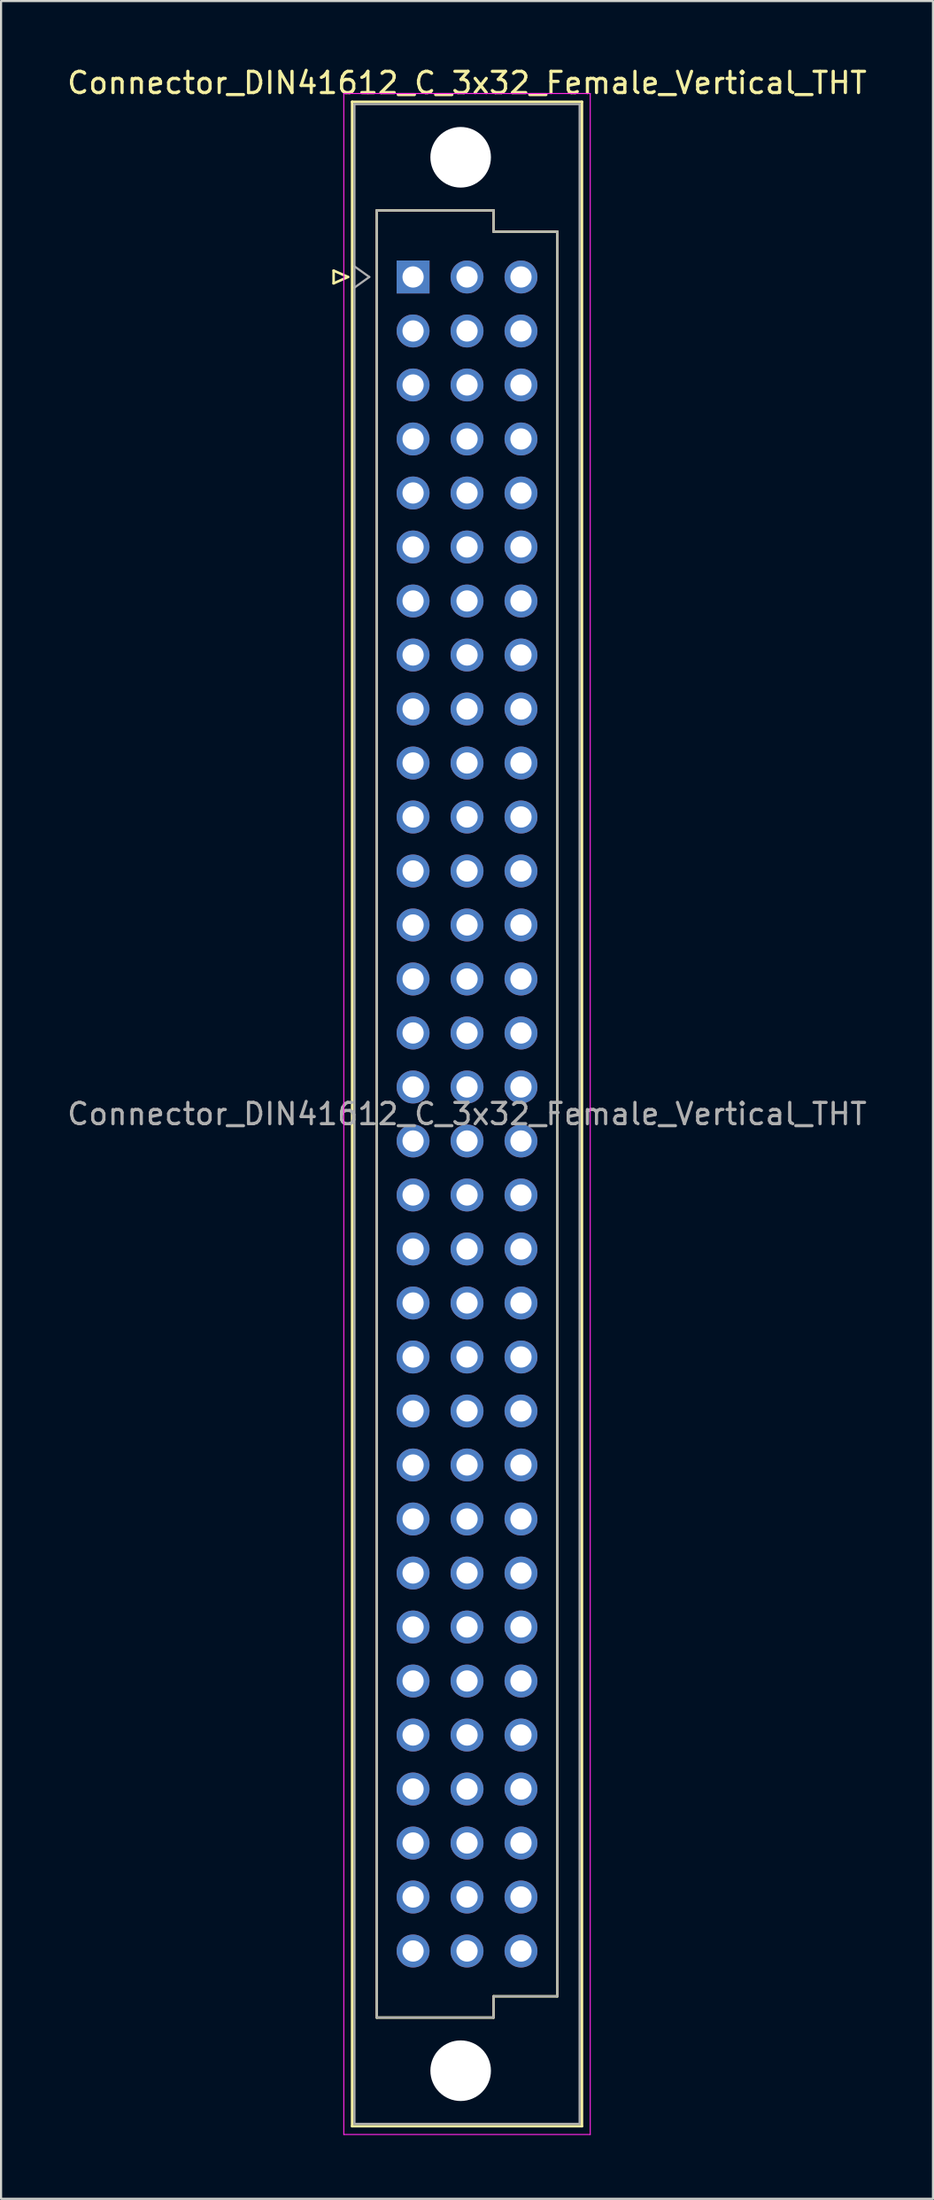
<source format=kicad_pcb>
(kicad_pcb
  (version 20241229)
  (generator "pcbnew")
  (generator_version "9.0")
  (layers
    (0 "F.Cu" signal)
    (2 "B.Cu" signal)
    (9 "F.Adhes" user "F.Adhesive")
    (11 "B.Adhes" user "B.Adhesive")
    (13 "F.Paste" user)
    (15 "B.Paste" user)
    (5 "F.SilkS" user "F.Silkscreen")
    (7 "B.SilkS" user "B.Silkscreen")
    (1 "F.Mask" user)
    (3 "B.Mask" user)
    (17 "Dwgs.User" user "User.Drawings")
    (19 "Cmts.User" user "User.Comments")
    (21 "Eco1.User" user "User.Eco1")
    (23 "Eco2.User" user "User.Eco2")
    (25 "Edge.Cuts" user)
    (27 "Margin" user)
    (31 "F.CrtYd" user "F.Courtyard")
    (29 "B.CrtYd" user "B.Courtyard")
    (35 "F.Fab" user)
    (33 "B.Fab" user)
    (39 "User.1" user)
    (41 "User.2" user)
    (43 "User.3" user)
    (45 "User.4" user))
  (footprint "Connector_DIN41612_C_3x32_Female_Vertical_THT"
    (layer "F.Cu")
    (at 16.395 9.978)
    (property "Reference" "Connector_DIN41612_C_3x32_Female_Vertical_THT" (at 2.54 -9.13 0) (layer "F.SilkS") (effects (font (size 1 1) (thickness 0.15))))
    (attr through_hole)
    (fp_line (start -3.74 -0.3) (end -3.74 0.3) (stroke (width 0.12) (type solid)) (layer "F.SilkS"))
    (fp_line (start -3.74 0.3) (end -3.06 0) (stroke (width 0.12) (type solid)) (layer "F.SilkS"))
    (fp_line (start -3.06 0) (end -3.74 -0.3) (stroke (width 0.12) (type solid)) (layer "F.SilkS"))
    (fp_line (start -2.87 -8.24) (end 7.95 -8.24) (stroke (width 0.12) (type solid)) (layer "F.SilkS"))
    (fp_line (start -2.87 86.98) (end -2.87 -8.24) (stroke (width 0.12) (type solid)) (layer "F.SilkS"))
    (fp_line (start -1.71 -3.131) (end 3.79 -3.131) (stroke (width 0.12) (type solid)) (layer "F.SilkS"))
    (fp_line (start -1.71 81.87) (end -1.71 -3.131) (stroke (width 0.12) (type solid)) (layer "F.SilkS"))
    (fp_line (start 3.79 -3.131) (end 3.79 -2.131) (stroke (width 0.12) (type solid)) (layer "F.SilkS"))
    (fp_line (start 3.79 -2.131) (end 6.79 -2.131) (stroke (width 0.12) (type solid)) (layer "F.SilkS"))
    (fp_line (start 3.79 80.87) (end 3.79 81.87) (stroke (width 0.12) (type solid)) (layer "F.SilkS"))
    (fp_line (start 3.79 81.87) (end -1.71 81.87) (stroke (width 0.12) (type solid)) (layer "F.SilkS"))
    (fp_line (start 6.79 -2.131) (end 6.79 80.87) (stroke (width 0.12) (type solid)) (layer "F.SilkS"))
    (fp_line (start 6.79 80.87) (end 3.79 80.87) (stroke (width 0.12) (type solid)) (layer "F.SilkS"))
    (fp_line (start 7.95 -8.24) (end 7.95 86.98) (stroke (width 0.12) (type solid)) (layer "F.SilkS"))
    (fp_line (start 7.95 86.98) (end -2.87 86.98) (stroke (width 0.12) (type solid)) (layer "F.SilkS"))
    (fp_line (start -3.26 -8.63) (end 8.34 -8.63) (stroke (width 0.05) (type solid)) (layer "F.CrtYd"))
    (fp_line (start -3.26 87.37) (end -3.26 -8.63) (stroke (width 0.05) (type solid)) (layer "F.CrtYd"))
    (fp_line (start 8.34 -8.63) (end 8.34 87.37) (stroke (width 0.05) (type solid)) (layer "F.CrtYd"))
    (fp_line (start 8.34 87.37) (end -3.26 87.37) (stroke (width 0.05) (type solid)) (layer "F.CrtYd"))
    (fp_line (start -2.76 -8.13) (end 7.84 -8.13) (stroke (width 0.1) (type solid)) (layer "F.Fab"))
    (fp_line (start -2.76 -0.5) (end -2.06 0) (stroke (width 0.1) (type solid)) (layer "F.Fab"))
    (fp_line (start -2.76 86.87) (end -2.76 -8.13) (stroke (width 0.1) (type solid)) (layer "F.Fab"))
    (fp_line (start -2.06 0) (end -2.76 0.5) (stroke (width 0.1) (type solid)) (layer "F.Fab"))
    (fp_line (start -1.71 -3.13) (end 3.79 -3.13) (stroke (width 0.1) (type solid)) (layer "F.Fab"))
    (fp_line (start -1.71 81.87) (end -1.71 -3.13) (stroke (width 0.1) (type solid)) (layer "F.Fab"))
    (fp_line (start 3.79 -3.13) (end 3.79 -2.13) (stroke (width 0.1) (type solid)) (layer "F.Fab"))
    (fp_line (start 3.79 -2.13) (end 6.79 -2.13) (stroke (width 0.1) (type solid)) (layer "F.Fab"))
    (fp_line (start 3.79 80.87) (end 3.79 81.87) (stroke (width 0.1) (type solid)) (layer "F.Fab"))
    (fp_line (start 3.79 81.87) (end -1.71 81.87) (stroke (width 0.1) (type solid)) (layer "F.Fab"))
    (fp_line (start 6.79 -2.13) (end 6.79 80.87) (stroke (width 0.1) (type solid)) (layer "F.Fab"))
    (fp_line (start 6.79 80.87) (end 3.79 80.87) (stroke (width 0.1) (type solid)) (layer "F.Fab"))
    (fp_line (start 7.84 -8.13) (end 7.84 86.87) (stroke (width 0.1) (type solid)) (layer "F.Fab"))
    (fp_line (start 7.84 86.87) (end -2.76 86.87) (stroke (width 0.1) (type solid)) (layer "F.Fab"))
    (fp_text user "${REFERENCE}" (at 2.54 39.37 0) (layer "F.Fab") (effects (font (size 1 1) (thickness 0.15))))
    (pad "" np_thru_hole circle (at 2.24 -5.63) (size 2.85 2.85) (drill 2.85) (layers "*.Cu" "*.Mask"))
    (pad "" np_thru_hole circle (at 2.24 84.37) (size 2.85 2.85) (drill 2.85) (layers "*.Cu" "*.Mask"))
    (pad "a1" thru_hole rect (at 0 0) (size 1.55 1.55) (drill 1) (layers "*.Cu" "*.Mask"))
    (pad "a2" thru_hole circle (at 0 2.54) (size 1.55 1.55) (drill 1) (layers "*.Cu" "*.Mask"))
    (pad "a3" thru_hole circle (at 0 5.08) (size 1.55 1.55) (drill 1) (layers "*.Cu" "*.Mask"))
    (pad "a4" thru_hole circle (at 0 7.62) (size 1.55 1.55) (drill 1) (layers "*.Cu" "*.Mask"))
    (pad "a5" thru_hole circle (at 0 10.16) (size 1.55 1.55) (drill 1) (layers "*.Cu" "*.Mask"))
    (pad "a6" thru_hole circle (at 0 12.7) (size 1.55 1.55) (drill 1) (layers "*.Cu" "*.Mask"))
    (pad "a7" thru_hole circle (at 0 15.24) (size 1.55 1.55) (drill 1) (layers "*.Cu" "*.Mask"))
    (pad "a8" thru_hole circle (at 0 17.78) (size 1.55 1.55) (drill 1) (layers "*.Cu" "*.Mask"))
    (pad "a9" thru_hole circle (at 0 20.32) (size 1.55 1.55) (drill 1) (layers "*.Cu" "*.Mask"))
    (pad "a10" thru_hole circle (at 0 22.86) (size 1.55 1.55) (drill 1) (layers "*.Cu" "*.Mask"))
    (pad "a11" thru_hole circle (at 0 25.4) (size 1.55 1.55) (drill 1) (layers "*.Cu" "*.Mask"))
    (pad "a12" thru_hole circle (at 0 27.94) (size 1.55 1.55) (drill 1) (layers "*.Cu" "*.Mask"))
    (pad "a13" thru_hole circle (at 0 30.48) (size 1.55 1.55) (drill 1) (layers "*.Cu" "*.Mask"))
    (pad "a14" thru_hole circle (at 0 33.02) (size 1.55 1.55) (drill 1) (layers "*.Cu" "*.Mask"))
    (pad "a15" thru_hole circle (at 0 35.56) (size 1.55 1.55) (drill 1) (layers "*.Cu" "*.Mask"))
    (pad "a16" thru_hole circle (at 0 38.1) (size 1.55 1.55) (drill 1) (layers "*.Cu" "*.Mask"))
    (pad "a17" thru_hole circle (at 0 40.64) (size 1.55 1.55) (drill 1) (layers "*.Cu" "*.Mask"))
    (pad "a18" thru_hole circle (at 0 43.18) (size 1.55 1.55) (drill 1) (layers "*.Cu" "*.Mask"))
    (pad "a19" thru_hole circle (at 0 45.72) (size 1.55 1.55) (drill 1) (layers "*.Cu" "*.Mask"))
    (pad "a20" thru_hole circle (at 0 48.26) (size 1.55 1.55) (drill 1) (layers "*.Cu" "*.Mask"))
    (pad "a21" thru_hole circle (at 0 50.8) (size 1.55 1.55) (drill 1) (layers "*.Cu" "*.Mask"))
    (pad "a22" thru_hole circle (at 0 53.34) (size 1.55 1.55) (drill 1) (layers "*.Cu" "*.Mask"))
    (pad "a23" thru_hole circle (at 0 55.88) (size 1.55 1.55) (drill 1) (layers "*.Cu" "*.Mask"))
    (pad "a24" thru_hole circle (at 0 58.42) (size 1.55 1.55) (drill 1) (layers "*.Cu" "*.Mask"))
    (pad "a25" thru_hole circle (at 0 60.96) (size 1.55 1.55) (drill 1) (layers "*.Cu" "*.Mask"))
    (pad "a26" thru_hole circle (at 0 63.5) (size 1.55 1.55) (drill 1) (layers "*.Cu" "*.Mask"))
    (pad "a27" thru_hole circle (at 0 66.04) (size 1.55 1.55) (drill 1) (layers "*.Cu" "*.Mask"))
    (pad "a28" thru_hole circle (at 0 68.58) (size 1.55 1.55) (drill 1) (layers "*.Cu" "*.Mask"))
    (pad "a29" thru_hole circle (at 0 71.12) (size 1.55 1.55) (drill 1) (layers "*.Cu" "*.Mask"))
    (pad "a30" thru_hole circle (at 0 73.66) (size 1.55 1.55) (drill 1) (layers "*.Cu" "*.Mask"))
    (pad "a31" thru_hole circle (at 0 76.2) (size 1.55 1.55) (drill 1) (layers "*.Cu" "*.Mask"))
    (pad "a32" thru_hole circle (at 0 78.74) (size 1.55 1.55) (drill 1) (layers "*.Cu" "*.Mask"))
    (pad "b1" thru_hole circle (at 2.54 0) (size 1.55 1.55) (drill 1) (layers "*.Cu" "*.Mask"))
    (pad "b2" thru_hole circle (at 2.54 2.54) (size 1.55 1.55) (drill 1) (layers "*.Cu" "*.Mask"))
    (pad "b3" thru_hole circle (at 2.54 5.08) (size 1.55 1.55) (drill 1) (layers "*.Cu" "*.Mask"))
    (pad "b4" thru_hole circle (at 2.54 7.62) (size 1.55 1.55) (drill 1) (layers "*.Cu" "*.Mask"))
    (pad "b5" thru_hole circle (at 2.54 10.16) (size 1.55 1.55) (drill 1) (layers "*.Cu" "*.Mask"))
    (pad "b6" thru_hole circle (at 2.54 12.7) (size 1.55 1.55) (drill 1) (layers "*.Cu" "*.Mask"))
    (pad "b7" thru_hole circle (at 2.54 15.24) (size 1.55 1.55) (drill 1) (layers "*.Cu" "*.Mask"))
    (pad "b8" thru_hole circle (at 2.54 17.78) (size 1.55 1.55) (drill 1) (layers "*.Cu" "*.Mask"))
    (pad "b9" thru_hole circle (at 2.54 20.32) (size 1.55 1.55) (drill 1) (layers "*.Cu" "*.Mask"))
    (pad "b10" thru_hole circle (at 2.54 22.86) (size 1.55 1.55) (drill 1) (layers "*.Cu" "*.Mask"))
    (pad "b11" thru_hole circle (at 2.54 25.4) (size 1.55 1.55) (drill 1) (layers "*.Cu" "*.Mask"))
    (pad "b12" thru_hole circle (at 2.54 27.94) (size 1.55 1.55) (drill 1) (layers "*.Cu" "*.Mask"))
    (pad "b13" thru_hole circle (at 2.54 30.48) (size 1.55 1.55) (drill 1) (layers "*.Cu" "*.Mask"))
    (pad "b14" thru_hole circle (at 2.54 33.02) (size 1.55 1.55) (drill 1) (layers "*.Cu" "*.Mask"))
    (pad "b15" thru_hole circle (at 2.54 35.56) (size 1.55 1.55) (drill 1) (layers "*.Cu" "*.Mask"))
    (pad "b16" thru_hole circle (at 2.54 38.1) (size 1.55 1.55) (drill 1) (layers "*.Cu" "*.Mask"))
    (pad "b17" thru_hole circle (at 2.54 40.64) (size 1.55 1.55) (drill 1) (layers "*.Cu" "*.Mask"))
    (pad "b18" thru_hole circle (at 2.54 43.18) (size 1.55 1.55) (drill 1) (layers "*.Cu" "*.Mask"))
    (pad "b19" thru_hole circle (at 2.54 45.72) (size 1.55 1.55) (drill 1) (layers "*.Cu" "*.Mask"))
    (pad "b20" thru_hole circle (at 2.54 48.26) (size 1.55 1.55) (drill 1) (layers "*.Cu" "*.Mask"))
    (pad "b21" thru_hole circle (at 2.54 50.8) (size 1.55 1.55) (drill 1) (layers "*.Cu" "*.Mask"))
    (pad "b22" thru_hole circle (at 2.54 53.34) (size 1.55 1.55) (drill 1) (layers "*.Cu" "*.Mask"))
    (pad "b23" thru_hole circle (at 2.54 55.88) (size 1.55 1.55) (drill 1) (layers "*.Cu" "*.Mask"))
    (pad "b24" thru_hole circle (at 2.54 58.42) (size 1.55 1.55) (drill 1) (layers "*.Cu" "*.Mask"))
    (pad "b25" thru_hole circle (at 2.54 60.96) (size 1.55 1.55) (drill 1) (layers "*.Cu" "*.Mask"))
    (pad "b26" thru_hole circle (at 2.54 63.5) (size 1.55 1.55) (drill 1) (layers "*.Cu" "*.Mask"))
    (pad "b27" thru_hole circle (at 2.54 66.04) (size 1.55 1.55) (drill 1) (layers "*.Cu" "*.Mask"))
    (pad "b28" thru_hole circle (at 2.54 68.58) (size 1.55 1.55) (drill 1) (layers "*.Cu" "*.Mask"))
    (pad "b29" thru_hole circle (at 2.54 71.12) (size 1.55 1.55) (drill 1) (layers "*.Cu" "*.Mask"))
    (pad "b30" thru_hole circle (at 2.54 73.66) (size 1.55 1.55) (drill 1) (layers "*.Cu" "*.Mask"))
    (pad "b31" thru_hole circle (at 2.54 76.2) (size 1.55 1.55) (drill 1) (layers "*.Cu" "*.Mask"))
    (pad "b32" thru_hole circle (at 2.54 78.74) (size 1.55 1.55) (drill 1) (layers "*.Cu" "*.Mask"))
    (pad "c1" thru_hole circle (at 5.08 0) (size 1.55 1.55) (drill 1) (layers "*.Cu" "*.Mask"))
    (pad "c2" thru_hole circle (at 5.08 2.54) (size 1.55 1.55) (drill 1) (layers "*.Cu" "*.Mask"))
    (pad "c3" thru_hole circle (at 5.08 5.08) (size 1.55 1.55) (drill 1) (layers "*.Cu" "*.Mask"))
    (pad "c4" thru_hole circle (at 5.08 7.62) (size 1.55 1.55) (drill 1) (layers "*.Cu" "*.Mask"))
    (pad "c5" thru_hole circle (at 5.08 10.16) (size 1.55 1.55) (drill 1) (layers "*.Cu" "*.Mask"))
    (pad "c6" thru_hole circle (at 5.08 12.7) (size 1.55 1.55) (drill 1) (layers "*.Cu" "*.Mask"))
    (pad "c7" thru_hole circle (at 5.08 15.24) (size 1.55 1.55) (drill 1) (layers "*.Cu" "*.Mask"))
    (pad "c8" thru_hole circle (at 5.08 17.78) (size 1.55 1.55) (drill 1) (layers "*.Cu" "*.Mask"))
    (pad "c9" thru_hole circle (at 5.08 20.32) (size 1.55 1.55) (drill 1) (layers "*.Cu" "*.Mask"))
    (pad "c10" thru_hole circle (at 5.08 22.86) (size 1.55 1.55) (drill 1) (layers "*.Cu" "*.Mask"))
    (pad "c11" thru_hole circle (at 5.08 25.4) (size 1.55 1.55) (drill 1) (layers "*.Cu" "*.Mask"))
    (pad "c12" thru_hole circle (at 5.08 27.94) (size 1.55 1.55) (drill 1) (layers "*.Cu" "*.Mask"))
    (pad "c13" thru_hole circle (at 5.08 30.48) (size 1.55 1.55) (drill 1) (layers "*.Cu" "*.Mask"))
    (pad "c14" thru_hole circle (at 5.08 33.02) (size 1.55 1.55) (drill 1) (layers "*.Cu" "*.Mask"))
    (pad "c15" thru_hole circle (at 5.08 35.56) (size 1.55 1.55) (drill 1) (layers "*.Cu" "*.Mask"))
    (pad "c16" thru_hole circle (at 5.08 38.1) (size 1.55 1.55) (drill 1) (layers "*.Cu" "*.Mask"))
    (pad "c17" thru_hole circle (at 5.08 40.64) (size 1.55 1.55) (drill 1) (layers "*.Cu" "*.Mask"))
    (pad "c18" thru_hole circle (at 5.08 43.18) (size 1.55 1.55) (drill 1) (layers "*.Cu" "*.Mask"))
    (pad "c19" thru_hole circle (at 5.08 45.72) (size 1.55 1.55) (drill 1) (layers "*.Cu" "*.Mask"))
    (pad "c20" thru_hole circle (at 5.08 48.26) (size 1.55 1.55) (drill 1) (layers "*.Cu" "*.Mask"))
    (pad "c21" thru_hole circle (at 5.08 50.8) (size 1.55 1.55) (drill 1) (layers "*.Cu" "*.Mask"))
    (pad "c22" thru_hole circle (at 5.08 53.34) (size 1.55 1.55) (drill 1) (layers "*.Cu" "*.Mask"))
    (pad "c23" thru_hole circle (at 5.08 55.88) (size 1.55 1.55) (drill 1) (layers "*.Cu" "*.Mask"))
    (pad "c24" thru_hole circle (at 5.08 58.42) (size 1.55 1.55) (drill 1) (layers "*.Cu" "*.Mask"))
    (pad "c25" thru_hole circle (at 5.08 60.96) (size 1.55 1.55) (drill 1) (layers "*.Cu" "*.Mask"))
    (pad "c26" thru_hole circle (at 5.08 63.5) (size 1.55 1.55) (drill 1) (layers "*.Cu" "*.Mask"))
    (pad "c27" thru_hole circle (at 5.08 66.04) (size 1.55 1.55) (drill 1) (layers "*.Cu" "*.Mask"))
    (pad "c28" thru_hole circle (at 5.08 68.58) (size 1.55 1.55) (drill 1) (layers "*.Cu" "*.Mask"))
    (pad "c29" thru_hole circle (at 5.08 71.12) (size 1.55 1.55) (drill 1) (layers "*.Cu" "*.Mask"))
    (pad "c30" thru_hole circle (at 5.08 73.66) (size 1.55 1.55) (drill 1) (layers "*.Cu" "*.Mask"))
    (pad "c31" thru_hole circle (at 5.08 76.2) (size 1.55 1.55) (drill 1) (layers "*.Cu" "*.Mask"))
    (pad "c32" thru_hole circle (at 5.08 78.74) (size 1.55 1.55) (drill 1) (layers "*.Cu" "*.Mask")))
  (gr_rect
    (start -3 -3)
    (end 40.869 100.373)
    (stroke (width 0.1) (type default))
    (fill no)
    (layer "Edge.Cuts")))
</source>
